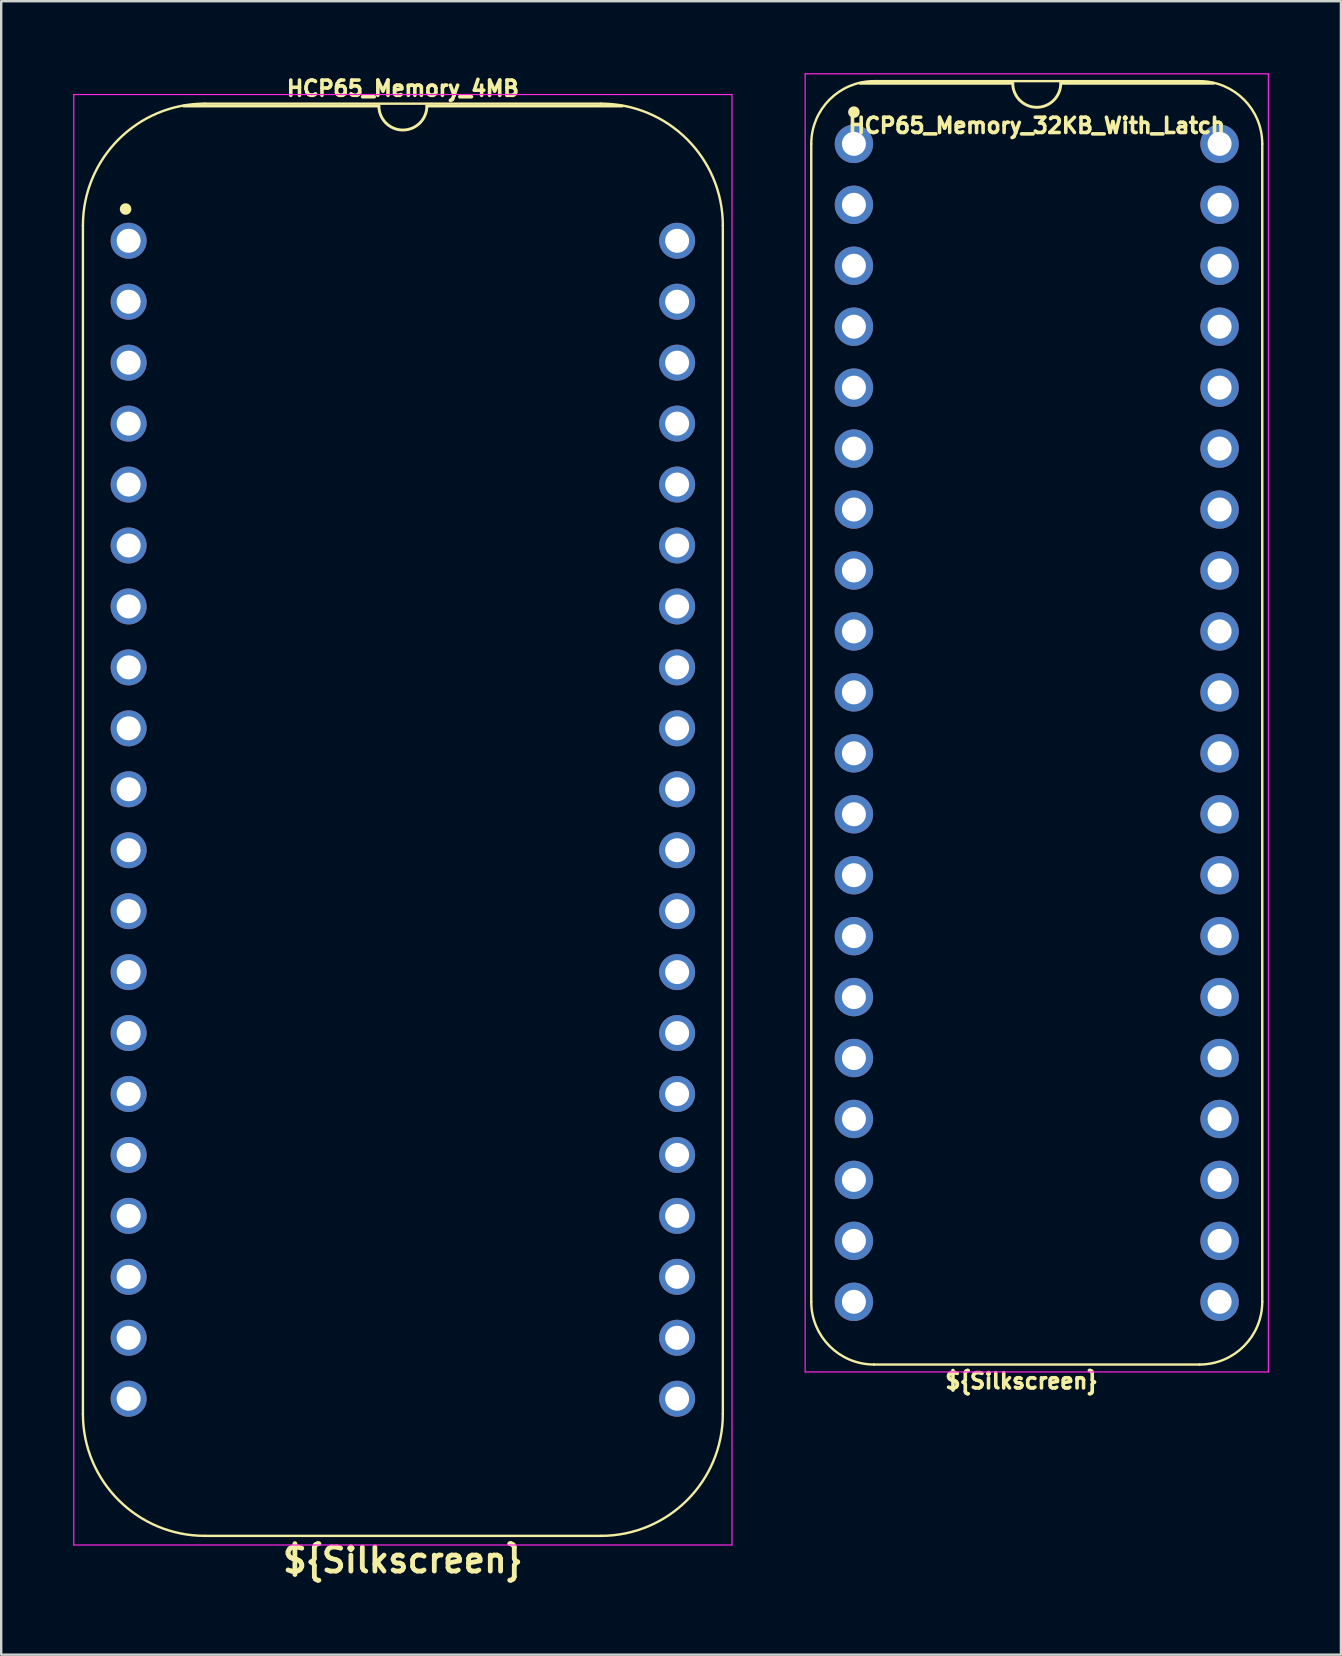
<source format=kicad_pcb>
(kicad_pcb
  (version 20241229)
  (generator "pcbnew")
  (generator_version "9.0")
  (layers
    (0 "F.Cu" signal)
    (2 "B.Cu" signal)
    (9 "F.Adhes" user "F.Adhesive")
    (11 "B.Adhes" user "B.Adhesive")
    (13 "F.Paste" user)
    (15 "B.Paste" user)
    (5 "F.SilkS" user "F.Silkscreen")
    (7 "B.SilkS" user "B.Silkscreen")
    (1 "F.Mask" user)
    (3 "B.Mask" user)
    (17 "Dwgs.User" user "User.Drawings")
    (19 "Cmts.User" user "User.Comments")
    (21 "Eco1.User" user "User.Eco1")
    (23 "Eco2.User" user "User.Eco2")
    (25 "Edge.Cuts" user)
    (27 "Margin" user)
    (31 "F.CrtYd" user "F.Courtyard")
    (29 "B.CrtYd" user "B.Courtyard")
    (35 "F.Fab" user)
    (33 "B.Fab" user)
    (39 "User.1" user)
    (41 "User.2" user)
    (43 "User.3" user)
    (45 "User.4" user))
  (footprint "HCP65_Memory_32KB_With_Latch"
    (layer "F.Cu")
    (at 32.539 2.946)
    (property "Reference" "HCP65_Memory_32KB_With_Latch" (at 7.62 -0.762 0) (layer "F.SilkS") (effects (font (size 0.635 0.635) (thickness 0.15))))
    (attr through_hole)
    (fp_line (start -1.778 48.26) (end -1.778 0) (stroke (width 0.1) (type solid)) (layer "F.SilkS"))
    (fp_line (start 0.836 -2.614) (end 14.404 -2.614) (stroke (width 0.1) (type solid)) (layer "F.SilkS"))
    (fp_line (start 6.62 -2.524) (end 0.254 -2.524) (stroke (width 0.12) (type solid)) (layer "F.SilkS"))
    (fp_line (start 14.404 50.874) (end 0.836 50.874) (stroke (width 0.1) (type solid)) (layer "F.SilkS"))
    (fp_line (start 14.986 -2.524) (end 8.62 -2.524) (stroke (width 0.12) (type solid)) (layer "F.SilkS"))
    (fp_line (start 17.018 48.26) (end 17.018 0) (stroke (width 0.1) (type solid)) (layer "F.SilkS"))
    (fp_arc (start -1.778 0) (mid -1.012456 -1.848188) (end 0.835732 -2.613732) (stroke (width 0.1) (type solid)) (layer "F.SilkS"))
    (fp_arc (start 0.835733 50.873733) (mid -1.012456 50.108189) (end -1.778 48.26) (stroke (width 0.1) (type solid)) (layer "F.SilkS"))
    (fp_arc (start 8.62 -2.524) (mid 7.62 -1.524) (end 6.62 -2.524) (stroke (width 0.12) (type solid)) (layer "F.SilkS"))
    (fp_arc (start 14.404268 -2.613732) (mid 16.252456 -1.848188) (end 17.018 0) (stroke (width 0.1) (type solid)) (layer "F.SilkS"))
    (fp_arc (start 17.018001 48.260001) (mid 16.252456 50.108188) (end 14.404269 50.873733) (stroke (width 0.1) (type solid)) (layer "F.SilkS"))
    (fp_circle (center 0 -1.323) (end 0.18 -1.323) (stroke (width 0.12) (type solid)) (fill yes) (layer "F.SilkS"))
    (fp_line (start -2.032 -2.921) (end -2.032 51.181) (stroke (width 0.05) (type solid)) (layer "F.CrtYd"))
    (fp_line (start -2.032 -2.921) (end 17.272 -2.921) (stroke (width 0.05) (type solid)) (layer "F.CrtYd"))
    (fp_line (start -2.032 51.181) (end 17.272 51.181) (stroke (width 0.05) (type solid)) (layer "F.CrtYd"))
    (fp_line (start 17.272 -2.921) (end 17.272 51.181) (stroke (width 0.05) (type solid)) (layer "F.CrtYd"))
    (fp_text user "${Silkscreen}" (at 6.985 51.562 0) (layer "F.SilkS") (effects (font (size 0.635 0.635) (thickness 0.15))))
    (pad "1" thru_hole circle (at 0 0) (size 1.6 1.6) (drill 1) (layers "*.Cu" "*.Mask"))
    (pad "2" thru_hole circle (at 0 2.54) (size 1.6 1.6) (drill 1) (layers "*.Cu" "*.Mask"))
    (pad "3" thru_hole circle (at 0 5.08) (size 1.6 1.6) (drill 1) (layers "*.Cu" "*.Mask"))
    (pad "4" thru_hole circle (at 0 7.62) (size 1.6 1.6) (drill 1) (layers "*.Cu" "*.Mask"))
    (pad "5" thru_hole circle (at 0 10.16) (size 1.6 1.6) (drill 1) (layers "*.Cu" "*.Mask"))
    (pad "6" thru_hole circle (at 0 12.7) (size 1.6 1.6) (drill 1) (layers "*.Cu" "*.Mask"))
    (pad "7" thru_hole circle (at 0 15.24) (size 1.6 1.6) (drill 1) (layers "*.Cu" "*.Mask"))
    (pad "8" thru_hole circle (at 0 17.78) (size 1.6 1.6) (drill 1) (layers "*.Cu" "*.Mask"))
    (pad "9" thru_hole circle (at 0 20.32) (size 1.6 1.6) (drill 1) (layers "*.Cu" "*.Mask"))
    (pad "10" thru_hole circle (at 0 22.86) (size 1.6 1.6) (drill 1) (layers "*.Cu" "*.Mask"))
    (pad "11" thru_hole circle (at 0 25.4) (size 1.6 1.6) (drill 1) (layers "*.Cu" "*.Mask"))
    (pad "12" thru_hole circle (at 0 27.94) (size 1.6 1.6) (drill 1) (layers "*.Cu" "*.Mask"))
    (pad "13" thru_hole circle (at 0 30.48) (size 1.6 1.6) (drill 1) (layers "*.Cu" "*.Mask"))
    (pad "14" thru_hole circle (at 0 33.02) (size 1.6 1.6) (drill 1) (layers "*.Cu" "*.Mask"))
    (pad "15" thru_hole circle (at 0 35.56) (size 1.6 1.6) (drill 1) (layers "*.Cu" "*.Mask"))
    (pad "16" thru_hole circle (at 0 38.1) (size 1.6 1.6) (drill 1) (layers "*.Cu" "*.Mask"))
    (pad "17" thru_hole circle (at 0 40.64) (size 1.6 1.6) (drill 1) (layers "*.Cu" "*.Mask"))
    (pad "18" thru_hole circle (at 0 43.18) (size 1.6 1.6) (drill 1) (layers "*.Cu" "*.Mask"))
    (pad "19" thru_hole circle (at 0 45.72) (size 1.6 1.6) (drill 1) (layers "*.Cu" "*.Mask"))
    (pad "20" thru_hole circle (at 0 48.26) (size 1.6 1.6) (drill 1) (layers "*.Cu" "*.Mask"))
    (pad "21" thru_hole circle (at 15.24 48.26) (size 1.6 1.6) (drill 1) (layers "*.Cu" "*.Mask"))
    (pad "22" thru_hole circle (at 15.24 45.72) (size 1.6 1.6) (drill 1) (layers "*.Cu" "*.Mask"))
    (pad "23" thru_hole circle (at 15.24 43.18) (size 1.6 1.6) (drill 1) (layers "*.Cu" "*.Mask"))
    (pad "24" thru_hole circle (at 15.24 40.64) (size 1.6 1.6) (drill 1) (layers "*.Cu" "*.Mask"))
    (pad "25" thru_hole circle (at 15.24 38.1) (size 1.6 1.6) (drill 1) (layers "*.Cu" "*.Mask"))
    (pad "26" thru_hole circle (at 15.24 35.56) (size 1.6 1.6) (drill 1) (layers "*.Cu" "*.Mask"))
    (pad "27" thru_hole circle (at 15.24 33.02) (size 1.6 1.6) (drill 1) (layers "*.Cu" "*.Mask"))
    (pad "28" thru_hole circle (at 15.24 30.48) (size 1.6 1.6) (drill 1) (layers "*.Cu" "*.Mask"))
    (pad "29" thru_hole circle (at 15.24 27.94) (size 1.6 1.6) (drill 1) (layers "*.Cu" "*.Mask"))
    (pad "30" thru_hole circle (at 15.24 25.4) (size 1.6 1.6) (drill 1) (layers "*.Cu" "*.Mask"))
    (pad "31" thru_hole circle (at 15.24 22.86) (size 1.6 1.6) (drill 1) (layers "*.Cu" "*.Mask"))
    (pad "32" thru_hole circle (at 15.24 20.32) (size 1.6 1.6) (drill 1) (layers "*.Cu" "*.Mask"))
    (pad "33" thru_hole circle (at 15.24 17.78) (size 1.6 1.6) (drill 1) (layers "*.Cu" "*.Mask"))
    (pad "34" thru_hole circle (at 15.24 15.24) (size 1.6 1.6) (drill 1) (layers "*.Cu" "*.Mask"))
    (pad "35" thru_hole circle (at 15.24 12.7) (size 1.6 1.6) (drill 1) (layers "*.Cu" "*.Mask"))
    (pad "36" thru_hole circle (at 15.24 10.16) (size 1.6 1.6) (drill 1) (layers "*.Cu" "*.Mask"))
    (pad "37" thru_hole circle (at 15.24 7.62) (size 1.6 1.6) (drill 1) (layers "*.Cu" "*.Mask"))
    (pad "38" thru_hole circle (at 15.24 5.08) (size 1.6 1.6) (drill 1) (layers "*.Cu" "*.Mask"))
    (pad "39" thru_hole circle (at 15.24 2.54) (size 1.6 1.6) (drill 1) (layers "*.Cu" "*.Mask"))
    (pad "40" thru_hole circle (at 15.24 0) (size 1.6 1.6) (drill 1) (layers "*.Cu" "*.Mask")))
  (footprint "HCP65_Memory_4MB"
    (layer "F.Cu")
    (at 2.311 6.985)
    (property "Reference" "HCP65_Memory_4MB" (at 11.43 -6.35 0) (layer "F.SilkS") (effects (font (size 0.635 0.635) (thickness 0.15))))
    (property "Silkscreen" "${Silkscreen}" (at 11.43 54.991 0) (layer "F.SilkS") (effects (font (size 1 1) (thickness 0.2))))
    (attr through_hole)
    (fp_line (start -1.905 -0.635) (end -1.905 48.895) (stroke (width 0.1) (type solid)) (layer "F.SilkS"))
    (fp_line (start 10.43 -5.616) (end 2.286 -5.616) (stroke (width 0.12) (type solid)) (layer "F.SilkS"))
    (fp_line (start 19.685 -5.715) (end 3.175 -5.715) (stroke (width 0.1) (type solid)) (layer "F.SilkS"))
    (fp_line (start 19.685 53.975) (end 3.175 53.975) (stroke (width 0.1) (type solid)) (layer "F.SilkS"))
    (fp_line (start 20.574 -5.616) (end 12.43 -5.616) (stroke (width 0.12) (type solid)) (layer "F.SilkS"))
    (fp_line (start 24.765 48.895) (end 24.765 -0.635) (stroke (width 0.1) (type solid)) (layer "F.SilkS"))
    (fp_arc (start -1.905 -0.635) (mid -0.417102 -4.227102) (end 3.175 -5.715) (stroke (width 0.1) (type solid)) (layer "F.SilkS"))
    (fp_arc (start 3.175 53.975) (mid -0.417102 52.487102) (end -1.905 48.895) (stroke (width 0.1) (type solid)) (layer "F.SilkS"))
    (fp_arc (start 12.43 -5.616) (mid 11.43 -4.616) (end 10.43 -5.616) (stroke (width 0.12) (type solid)) (layer "F.SilkS"))
    (fp_arc (start 19.685 -5.715) (mid 23.277102 -4.227102) (end 24.765 -0.635) (stroke (width 0.1) (type solid)) (layer "F.SilkS"))
    (fp_arc (start 24.765 48.895) (mid 23.277102 52.487102) (end 19.685 53.975) (stroke (width 0.1) (type solid)) (layer "F.SilkS"))
    (fp_circle (center -0.127 -1.323) (end 0.053 -1.323) (stroke (width 0.12) (type solid)) (fill yes) (layer "F.SilkS"))
    (fp_line (start -2.286 -6.096) (end -2.286 54.356) (stroke (width 0.05) (type solid)) (layer "F.CrtYd"))
    (fp_line (start -2.286 -6.096) (end 25.146 -6.096) (stroke (width 0.05) (type solid)) (layer "F.CrtYd"))
    (fp_line (start -2.286 54.356) (end 25.146 54.356) (stroke (width 0.05) (type solid)) (layer "F.CrtYd"))
    (fp_line (start 25.146 54.356) (end 25.146 -6.096) (stroke (width 0.05) (type solid)) (layer "F.CrtYd"))
    (pad "1" thru_hole circle (at 0 0) (size 1.5 1.5) (drill 1) (layers "*.Cu" "*.Mask"))
    (pad "2" thru_hole circle (at 0 2.54) (size 1.5 1.5) (drill 1) (layers "*.Cu" "*.Mask"))
    (pad "3" thru_hole circle (at 0 5.08) (size 1.5 1.5) (drill 1) (layers "*.Cu" "*.Mask"))
    (pad "4" thru_hole circle (at 0 7.62) (size 1.5 1.5) (drill 1) (layers "*.Cu" "*.Mask"))
    (pad "5" thru_hole circle (at 0 10.16) (size 1.5 1.5) (drill 1) (layers "*.Cu" "*.Mask"))
    (pad "6" thru_hole circle (at 0 12.7) (size 1.5 1.5) (drill 1) (layers "*.Cu" "*.Mask"))
    (pad "7" thru_hole circle (at 0 15.24) (size 1.5 1.5) (drill 1) (layers "*.Cu" "*.Mask"))
    (pad "8" thru_hole circle (at 0 17.78) (size 1.5 1.5) (drill 1) (layers "*.Cu" "*.Mask"))
    (pad "9" thru_hole circle (at 0 20.32) (size 1.5 1.5) (drill 1) (layers "*.Cu" "*.Mask"))
    (pad "10" thru_hole circle (at 0 22.86) (size 1.5 1.5) (drill 1) (layers "*.Cu" "*.Mask"))
    (pad "11" thru_hole circle (at 0 25.4) (size 1.5 1.5) (drill 1) (layers "*.Cu" "*.Mask"))
    (pad "12" thru_hole circle (at 0 27.94) (size 1.5 1.5) (drill 1) (layers "*.Cu" "*.Mask"))
    (pad "13" thru_hole circle (at 0 30.48) (size 1.5 1.5) (drill 1) (layers "*.Cu" "*.Mask"))
    (pad "14" thru_hole circle (at 0 33.02) (size 1.5 1.5) (drill 1) (layers "*.Cu" "*.Mask"))
    (pad "15" thru_hole circle (at 0 35.56) (size 1.5 1.5) (drill 1) (layers "*.Cu" "*.Mask"))
    (pad "16" thru_hole circle (at 0 38.1) (size 1.5 1.5) (drill 1) (layers "*.Cu" "*.Mask"))
    (pad "17" thru_hole circle (at 0 40.64) (size 1.5 1.5) (drill 1) (layers "*.Cu" "*.Mask"))
    (pad "18" thru_hole circle (at 0 43.18) (size 1.5 1.5) (drill 1) (layers "*.Cu" "*.Mask"))
    (pad "19" thru_hole circle (at 0 45.72) (size 1.5 1.5) (drill 1) (layers "*.Cu" "*.Mask"))
    (pad "20" thru_hole circle (at 0 48.26) (size 1.5 1.5) (drill 1) (layers "*.Cu" "*.Mask"))
    (pad "21" thru_hole circle (at 22.86 48.26) (size 1.5 1.5) (drill 1) (layers "*.Cu" "*.Mask"))
    (pad "22" thru_hole circle (at 22.86 45.72) (size 1.5 1.5) (drill 1) (layers "*.Cu" "*.Mask"))
    (pad "23" thru_hole circle (at 22.86 43.18) (size 1.5 1.5) (drill 1) (layers "*.Cu" "*.Mask"))
    (pad "24" thru_hole circle (at 22.86 40.64) (size 1.5 1.5) (drill 1) (layers "*.Cu" "*.Mask"))
    (pad "25" thru_hole circle (at 22.86 38.1) (size 1.5 1.5) (drill 1) (layers "*.Cu" "*.Mask"))
    (pad "26" thru_hole circle (at 22.86 35.56) (size 1.5 1.5) (drill 1) (layers "*.Cu" "*.Mask"))
    (pad "27" thru_hole circle (at 22.86 33.02) (size 1.5 1.5) (drill 1) (layers "*.Cu" "*.Mask"))
    (pad "28" thru_hole circle (at 22.86 30.48) (size 1.5 1.5) (drill 1) (layers "*.Cu" "*.Mask"))
    (pad "29" thru_hole circle (at 22.86 27.94) (size 1.5 1.5) (drill 1) (layers "*.Cu" "*.Mask"))
    (pad "30" thru_hole circle (at 22.86 25.4) (size 1.5 1.5) (drill 1) (layers "*.Cu" "*.Mask"))
    (pad "31" thru_hole circle (at 22.86 22.86) (size 1.5 1.5) (drill 1) (layers "*.Cu" "*.Mask"))
    (pad "32" thru_hole circle (at 22.86 20.32) (size 1.5 1.5) (drill 1) (layers "*.Cu" "*.Mask"))
    (pad "33" thru_hole circle (at 22.86 17.78) (size 1.5 1.5) (drill 1) (layers "*.Cu" "*.Mask"))
    (pad "34" thru_hole circle (at 22.86 15.24) (size 1.5 1.5) (drill 1) (layers "*.Cu" "*.Mask"))
    (pad "35" thru_hole circle (at 22.86 12.7) (size 1.5 1.5) (drill 1) (layers "*.Cu" "*.Mask"))
    (pad "36" thru_hole circle (at 22.86 10.16) (size 1.5 1.5) (drill 1) (layers "*.Cu" "*.Mask"))
    (pad "37" thru_hole circle (at 22.86 7.62) (size 1.5 1.5) (drill 1) (layers "*.Cu" "*.Mask"))
    (pad "38" thru_hole circle (at 22.86 5.08) (size 1.5 1.5) (drill 1) (layers "*.Cu" "*.Mask"))
    (pad "39" thru_hole circle (at 22.86 2.54) (size 1.5 1.5) (drill 1) (layers "*.Cu" "*.Mask"))
    (pad "40" thru_hole circle (at 22.86 0) (size 1.5 1.5) (drill 1) (layers "*.Cu" "*.Mask")))
  (gr_rect
    (start -3 -3)
    (end 52.836 65.912)
    (stroke (width 0.1) (type default))
    (fill no)
    (layer "Edge.Cuts")))
</source>
